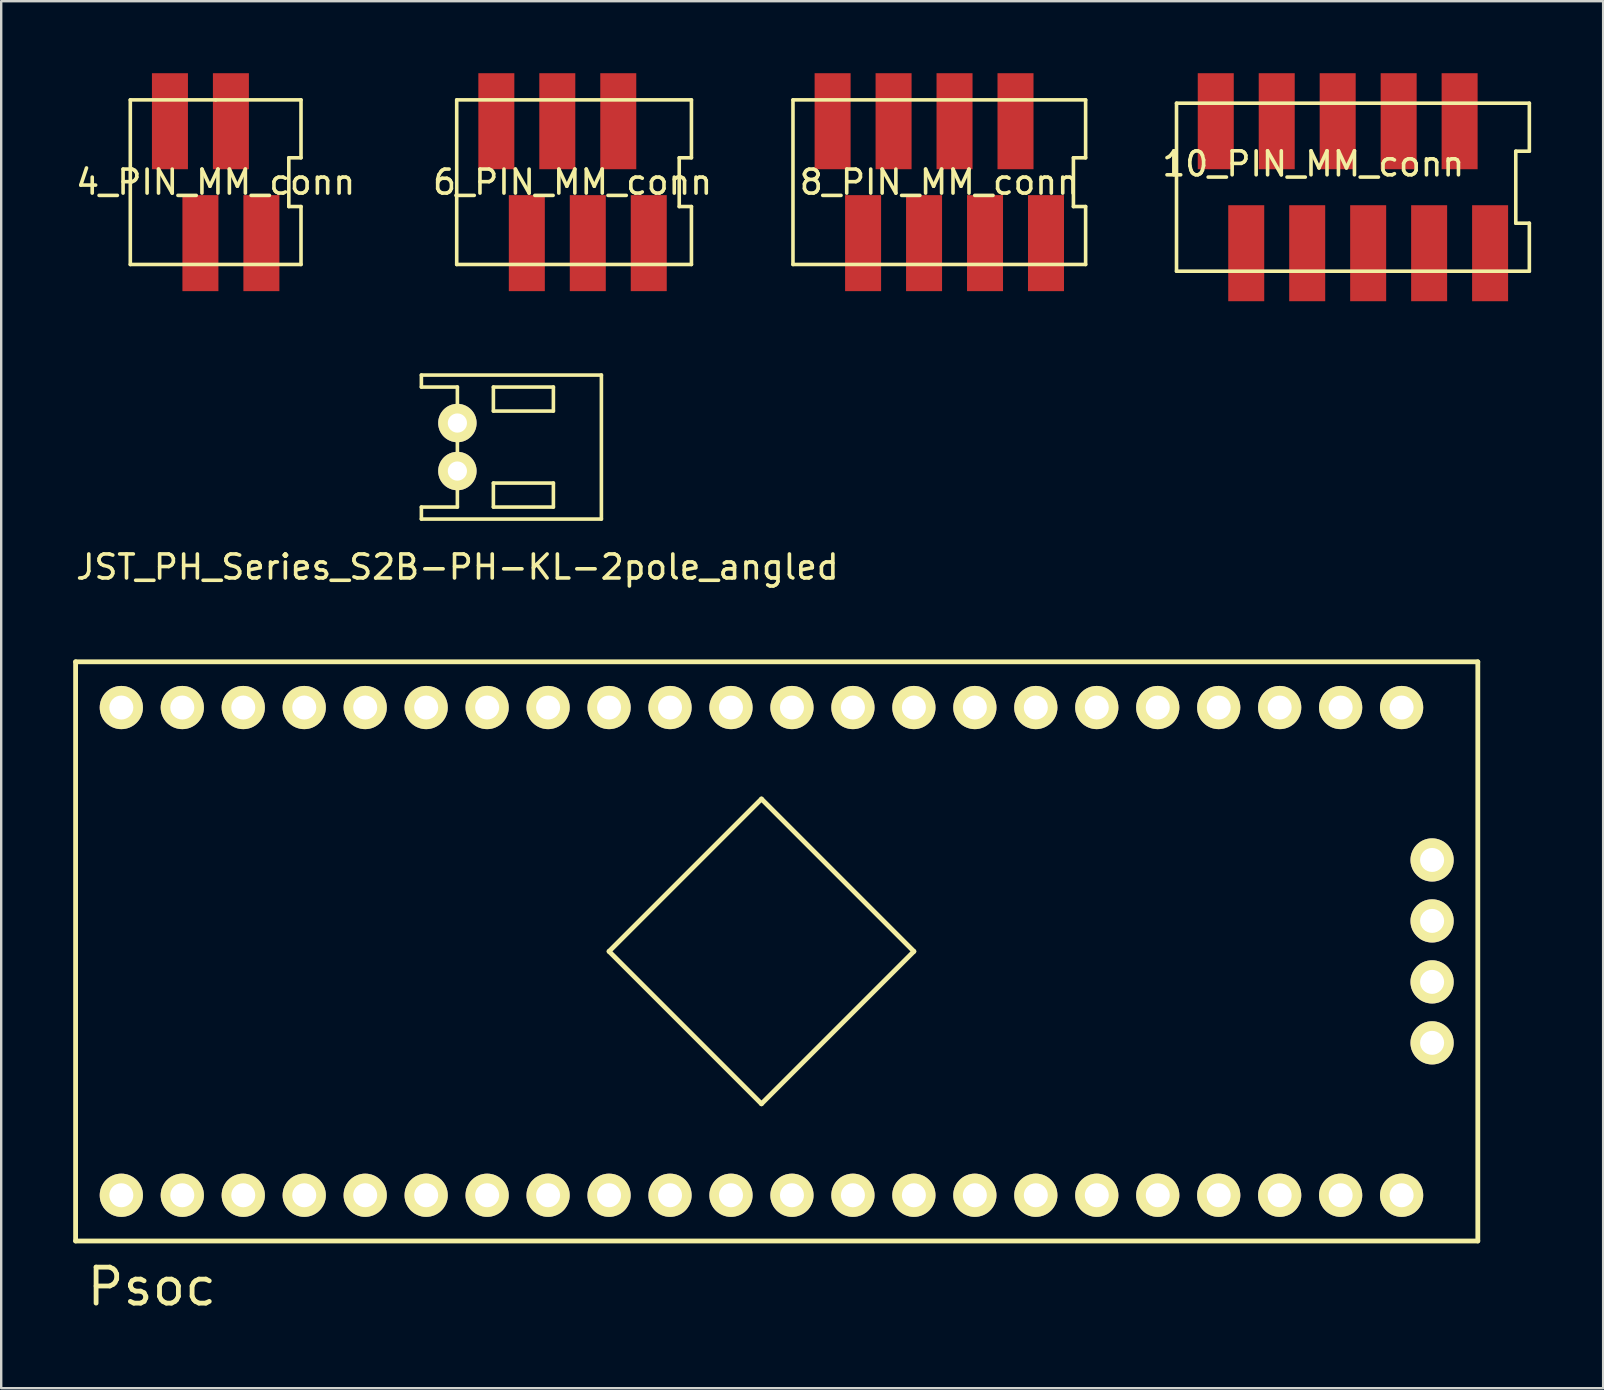
<source format=kicad_pcb>
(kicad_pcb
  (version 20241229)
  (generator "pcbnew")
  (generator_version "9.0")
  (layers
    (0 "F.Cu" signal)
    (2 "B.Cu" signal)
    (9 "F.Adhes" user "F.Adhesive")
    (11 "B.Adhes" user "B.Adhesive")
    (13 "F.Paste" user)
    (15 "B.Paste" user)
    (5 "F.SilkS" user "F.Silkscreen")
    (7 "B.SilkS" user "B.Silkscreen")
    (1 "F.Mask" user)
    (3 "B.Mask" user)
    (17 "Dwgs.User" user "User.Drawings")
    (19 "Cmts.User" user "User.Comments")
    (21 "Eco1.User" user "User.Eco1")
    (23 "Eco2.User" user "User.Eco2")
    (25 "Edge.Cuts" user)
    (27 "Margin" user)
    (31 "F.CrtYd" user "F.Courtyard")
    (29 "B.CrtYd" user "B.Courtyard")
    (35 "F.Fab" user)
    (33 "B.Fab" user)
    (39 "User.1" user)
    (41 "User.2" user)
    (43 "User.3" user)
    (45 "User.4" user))
  (footprint "8_PIN_MM_conn"
    (layer "F.Cu")
    (at 29.988 1.111)
    (property "Reference" "8_PIN_MM_conn" (at 6.096 3.429 0) (layer "F.SilkS") (effects (font (size 1 1) (thickness 0.15))))
    (attr through_hole)
    (fp_line (start 0 0) (end 0 6.858) (stroke (width 0.15) (type solid)) (layer "F.SilkS"))
    (fp_line (start 0 0) (end 12.192 0) (stroke (width 0.15) (type solid)) (layer "F.SilkS"))
    (fp_line (start 0 6.858) (end 12.192 6.858) (stroke (width 0.15) (type solid)) (layer "F.SilkS"))
    (fp_line (start 11.684 2.413) (end 12.192 2.413) (stroke (width 0.15) (type solid)) (layer "F.SilkS"))
    (fp_line (start 11.684 4.445) (end 11.684 2.413) (stroke (width 0.15) (type solid)) (layer "F.SilkS"))
    (fp_line (start 12.192 2.413) (end 12.192 0) (stroke (width 0.15) (type solid)) (layer "F.SilkS"))
    (fp_line (start 12.192 4.445) (end 11.684 4.445) (stroke (width 0.15) (type solid)) (layer "F.SilkS"))
    (fp_line (start 12.192 4.445) (end 12.192 6.858) (stroke (width 0.15) (type solid)) (layer "F.SilkS"))
    (pad "1" smd rect (at 1.651 0.889) (size 1.5 4) (layers "F.Cu" "F.Mask" "F.Paste"))
    (pad "2" smd rect (at 2.921 5.969) (size 1.5 4) (layers "F.Cu" "F.Mask" "F.Paste"))
    (pad "3" smd rect (at 4.191 0.889) (size 1.5 4) (layers "F.Cu" "F.Mask" "F.Paste"))
    (pad "4" smd rect (at 5.461 5.969) (size 1.5 4) (layers "F.Cu" "F.Mask" "F.Paste"))
    (pad "5" smd rect (at 6.731 0.889) (size 1.5 4) (layers "F.Cu" "F.Mask" "F.Paste"))
    (pad "6" smd rect (at 8.001 5.969) (size 1.5 4) (layers "F.Cu" "F.Mask" "F.Paste"))
    (pad "7" smd rect (at 9.271 0.889) (size 1.5 4) (layers "F.Cu" "F.Mask" "F.Paste"))
    (pad "8" smd rect (at 10.541 5.969) (size 1.5 4) (layers "F.Cu" "F.Mask" "F.Paste")))
  (footprint "JST_PH_Series_S2B-PH-KL-2pole_angled"
    (layer "F.Cu")
    (at 16.006 15.575)
    (property "Reference" "JST_PH_Series_S2B-PH-KL-2pole_angled" (at 0 5 0) (layer "F.SilkS") (effects (font (size 1 1) (thickness 0.15))))
    (attr through_hole)
    (fp_line (start -1.5 -3) (end -1.5 -2.5) (stroke (width 0.15) (type solid)) (layer "F.SilkS"))
    (fp_line (start -1.5 -2.5) (end 0 -2.5) (stroke (width 0.15) (type solid)) (layer "F.SilkS"))
    (fp_line (start -1.5 2.5) (end 0 2.5) (stroke (width 0.15) (type solid)) (layer "F.SilkS"))
    (fp_line (start -1.5 3) (end -1.5 2.5) (stroke (width 0.15) (type solid)) (layer "F.SilkS"))
    (fp_line (start 0 2.5) (end 0 -2.5) (stroke (width 0.15) (type solid)) (layer "F.SilkS"))
    (fp_line (start 1.5 -2.5) (end 4 -2.5) (stroke (width 0.15) (type solid)) (layer "F.SilkS"))
    (fp_line (start 1.5 -1.5) (end 1.5 -2.5) (stroke (width 0.15) (type solid)) (layer "F.SilkS"))
    (fp_line (start 1.5 1.5) (end 4 1.5) (stroke (width 0.15) (type solid)) (layer "F.SilkS"))
    (fp_line (start 1.5 2.5) (end 1.5 1.5) (stroke (width 0.15) (type solid)) (layer "F.SilkS"))
    (fp_line (start 4 -2.5) (end 4 -1.5) (stroke (width 0.15) (type solid)) (layer "F.SilkS"))
    (fp_line (start 4 -1.5) (end 1.5 -1.5) (stroke (width 0.15) (type solid)) (layer "F.SilkS"))
    (fp_line (start 4 1.5) (end 4 2.5) (stroke (width 0.15) (type solid)) (layer "F.SilkS"))
    (fp_line (start 4 2.5) (end 1.5 2.5) (stroke (width 0.15) (type solid)) (layer "F.SilkS"))
    (fp_line (start 6 -3) (end -1.5 -3) (stroke (width 0.15) (type solid)) (layer "F.SilkS"))
    (fp_line (start 6 3) (end -1.5 3) (stroke (width 0.15) (type solid)) (layer "F.SilkS"))
    (fp_line (start 6 3) (end 6 -3) (stroke (width 0.15) (type solid)) (layer "F.SilkS"))
    (pad "1" thru_hole circle (at 0 -1) (size 1.6 1.6) (drill 0.8) (layers "*.Cu" "*.Mask" "F.SilkS"))
    (pad "2" thru_hole circle (at 0 1) (size 1.6 1.6) (drill 0.8) (layers "*.Cu" "*.Mask" "F.SilkS")))
  (footprint "Psoc"
    (layer "F.Cu")
    (at 29.945 36.588)
    (property "Reference" "Psoc" (at -26.67 13.97 0) (layer "F.SilkS") (effects (font (size 1.5 1.5) (thickness 0.2))))
    (attr through_hole)
    (fp_line (start -29.845 -12.065) (end -29.845 12.065) (stroke (width 0.2) (type solid)) (layer "F.SilkS"))
    (fp_line (start -29.845 12.065) (end 28.575 12.065) (stroke (width 0.2) (type solid)) (layer "F.SilkS"))
    (fp_line (start -7.62 0) (end -1.27 -6.35) (stroke (width 0.2) (type solid)) (layer "F.SilkS"))
    (fp_line (start -1.27 -6.35) (end 5.08 0) (stroke (width 0.2) (type solid)) (layer "F.SilkS"))
    (fp_line (start -1.27 6.35) (end -7.62 0) (stroke (width 0.2) (type solid)) (layer "F.SilkS"))
    (fp_line (start 5.08 0) (end -1.27 6.35) (stroke (width 0.2) (type solid)) (layer "F.SilkS"))
    (fp_line (start 28.575 -12.065) (end -29.845 -12.065) (stroke (width 0.2) (type solid)) (layer "F.SilkS"))
    (fp_line (start 28.575 12.065) (end 28.575 -12.065) (stroke (width 0.2) (type solid)) (layer "F.SilkS"))
    (pad "1" thru_hole circle (at 25.4 -10.16) (size 1.8 1.8) (drill 1) (layers "*.Cu" "*.Mask" "F.SilkS"))
    (pad "2" thru_hole circle (at 22.86 -10.16) (size 1.8 1.8) (drill 1) (layers "*.Cu" "*.Mask" "F.SilkS"))
    (pad "3" thru_hole circle (at 20.32 -10.16) (size 1.8 1.8) (drill 1) (layers "*.Cu" "*.Mask" "F.SilkS"))
    (pad "4" thru_hole circle (at 17.78 -10.16) (size 1.8 1.8) (drill 1) (layers "*.Cu" "*.Mask" "F.SilkS"))
    (pad "5" thru_hole circle (at 15.24 -10.16) (size 1.8 1.8) (drill 1) (layers "*.Cu" "*.Mask" "F.SilkS"))
    (pad "6" thru_hole circle (at 12.7 -10.16) (size 1.8 1.8) (drill 1) (layers "*.Cu" "*.Mask" "F.SilkS"))
    (pad "7" thru_hole circle (at 10.16 -10.16) (size 1.8 1.8) (drill 1) (layers "*.Cu" "*.Mask" "F.SilkS"))
    (pad "8" thru_hole circle (at 7.62 -10.16) (size 1.8 1.8) (drill 1) (layers "*.Cu" "*.Mask" "F.SilkS"))
    (pad "9" thru_hole circle (at 5.08 -10.16) (size 1.8 1.8) (drill 1) (layers "*.Cu" "*.Mask" "F.SilkS"))
    (pad "10" thru_hole circle (at 2.54 -10.16) (size 1.8 1.8) (drill 1) (layers "*.Cu" "*.Mask" "F.SilkS"))
    (pad "11" thru_hole circle (at 0 -10.16) (size 1.8 1.8) (drill 1) (layers "*.Cu" "*.Mask" "F.SilkS"))
    (pad "12" thru_hole circle (at -2.54 -10.16) (size 1.8 1.8) (drill 1) (layers "*.Cu" "*.Mask" "F.SilkS"))
    (pad "13" thru_hole circle (at -5.08 -10.16) (size 1.8 1.8) (drill 1) (layers "*.Cu" "*.Mask" "F.SilkS"))
    (pad "14" thru_hole circle (at -7.62 -10.16) (size 1.8 1.8) (drill 1) (layers "*.Cu" "*.Mask" "F.SilkS"))
    (pad "15" thru_hole circle (at -10.16 -10.16) (size 1.8 1.8) (drill 1) (layers "*.Cu" "*.Mask" "F.SilkS"))
    (pad "16" thru_hole circle (at -12.7 -10.16) (size 1.8 1.8) (drill 1) (layers "*.Cu" "*.Mask" "F.SilkS"))
    (pad "17" thru_hole circle (at -15.24 -10.16) (size 1.8 1.8) (drill 1) (layers "*.Cu" "*.Mask" "F.SilkS"))
    (pad "18" thru_hole circle (at -17.78 -10.16) (size 1.8 1.8) (drill 1) (layers "*.Cu" "*.Mask" "F.SilkS"))
    (pad "19" thru_hole circle (at -20.32 -10.16) (size 1.8 1.8) (drill 1) (layers "*.Cu" "*.Mask" "F.SilkS"))
    (pad "20" thru_hole circle (at -22.86 -10.16) (size 1.8 1.8) (drill 1) (layers "*.Cu" "*.Mask" "F.SilkS"))
    (pad "21" thru_hole circle (at -25.4 -10.16) (size 1.8 1.8) (drill 1) (layers "*.Cu" "*.Mask" "F.SilkS"))
    (pad "22" thru_hole circle (at -27.94 -10.16) (size 1.8 1.8) (drill 1) (layers "*.Cu" "*.Mask" "F.SilkS"))
    (pad "23" thru_hole circle (at -27.94 10.16) (size 1.8 1.8) (drill 1) (layers "*.Cu" "*.Mask" "F.SilkS"))
    (pad "24" thru_hole circle (at -25.4 10.16) (size 1.8 1.8) (drill 1) (layers "*.Cu" "*.Mask" "F.SilkS"))
    (pad "25" thru_hole circle (at -22.86 10.16) (size 1.8 1.8) (drill 1) (layers "*.Cu" "*.Mask" "F.SilkS"))
    (pad "26" thru_hole circle (at -20.32 10.16) (size 1.8 1.8) (drill 1) (layers "*.Cu" "*.Mask" "F.SilkS"))
    (pad "27" thru_hole circle (at -17.78 10.16) (size 1.8 1.8) (drill 1) (layers "*.Cu" "*.Mask" "F.SilkS"))
    (pad "28" thru_hole circle (at -15.24 10.16) (size 1.8 1.8) (drill 1) (layers "*.Cu" "*.Mask" "F.SilkS"))
    (pad "29" thru_hole circle (at -12.7 10.16) (size 1.8 1.8) (drill 1) (layers "*.Cu" "*.Mask" "F.SilkS"))
    (pad "30" thru_hole circle (at -10.16 10.16) (size 1.8 1.8) (drill 1) (layers "*.Cu" "*.Mask" "F.SilkS"))
    (pad "31" thru_hole circle (at -7.62 10.16) (size 1.8 1.8) (drill 1) (layers "*.Cu" "*.Mask" "F.SilkS"))
    (pad "32" thru_hole circle (at -5.08 10.16) (size 1.8 1.8) (drill 1) (layers "*.Cu" "*.Mask" "F.SilkS"))
    (pad "33" thru_hole circle (at -2.54 10.16) (size 1.8 1.8) (drill 1) (layers "*.Cu" "*.Mask" "F.SilkS"))
    (pad "34" thru_hole circle (at 0 10.16) (size 1.8 1.8) (drill 1) (layers "*.Cu" "*.Mask" "F.SilkS"))
    (pad "35" thru_hole circle (at 2.54 10.16) (size 1.8 1.8) (drill 1) (layers "*.Cu" "*.Mask" "F.SilkS"))
    (pad "36" thru_hole circle (at 5.08 10.16) (size 1.8 1.8) (drill 1) (layers "*.Cu" "*.Mask" "F.SilkS"))
    (pad "37" thru_hole circle (at 7.62 10.16) (size 1.8 1.8) (drill 1) (layers "*.Cu" "*.Mask" "F.SilkS"))
    (pad "38" thru_hole circle (at 10.16 10.16) (size 1.8 1.8) (drill 1) (layers "*.Cu" "*.Mask" "F.SilkS"))
    (pad "39" thru_hole circle (at 12.7 10.16) (size 1.8 1.8) (drill 1) (layers "*.Cu" "*.Mask" "F.SilkS"))
    (pad "40" thru_hole circle (at 15.24 10.16) (size 1.8 1.8) (drill 1) (layers "*.Cu" "*.Mask" "F.SilkS"))
    (pad "41" thru_hole circle (at 17.78 10.16) (size 1.8 1.8) (drill 1) (layers "*.Cu" "*.Mask" "F.SilkS"))
    (pad "42" thru_hole circle (at 20.32 10.16) (size 1.8 1.8) (drill 1) (layers "*.Cu" "*.Mask" "F.SilkS"))
    (pad "43" thru_hole circle (at 22.86 10.16) (size 1.8 1.8) (drill 1) (layers "*.Cu" "*.Mask" "F.SilkS"))
    (pad "44" thru_hole circle (at 25.4 10.16) (size 1.8 1.8) (drill 1) (layers "*.Cu" "*.Mask" "F.SilkS"))
    (pad "45" thru_hole circle (at 26.67 3.81) (size 1.8 1.8) (drill 1) (layers "*.Cu" "*.Mask" "F.SilkS"))
    (pad "46" thru_hole circle (at 26.67 1.27) (size 1.8 1.8) (drill 1) (layers "*.Cu" "*.Mask" "F.SilkS"))
    (pad "47" thru_hole circle (at 26.67 -1.27) (size 1.8 1.8) (drill 1) (layers "*.Cu" "*.Mask" "F.SilkS"))
    (pad "48" thru_hole circle (at 26.67 -3.81) (size 1.8 1.8) (drill 1) (layers "*.Cu" "*.Mask" "F.SilkS")))
  (footprint "10_PIN_MM_conn"
    (layer "F.Cu")
    (at 45.951 1.238)
    (property "Reference" "10_PIN_MM_conn" (at 5.715 2.54 0) (layer "F.SilkS") (effects (font (size 1 1) (thickness 0.15))))
    (attr through_hole)
    (fp_line (start 0.016 0.012) (end 0.016 7.012) (stroke (width 0.15) (type solid)) (layer "F.SilkS"))
    (fp_line (start 0.016 0.012) (end 14.716 0.012) (stroke (width 0.15) (type solid)) (layer "F.SilkS"))
    (fp_line (start 0.016 7.012) (end 14.716 7.012) (stroke (width 0.15) (type solid)) (layer "F.SilkS"))
    (fp_line (start 14.151 2.012) (end 14.151 5.012) (stroke (width 0.15) (type solid)) (layer "F.SilkS"))
    (fp_line (start 14.716 0.012) (end 14.716 2.012) (stroke (width 0.15) (type solid)) (layer "F.SilkS"))
    (fp_line (start 14.716 2.012) (end 14.151 2.012) (stroke (width 0.15) (type solid)) (layer "F.SilkS"))
    (fp_line (start 14.716 5.012) (end 14.151 5.012) (stroke (width 0.15) (type solid)) (layer "F.SilkS"))
    (fp_line (start 14.716 7.012) (end 14.716 5.012) (stroke (width 0.15) (type solid)) (layer "F.SilkS"))
    (pad "1" smd rect (at 1.651 0.762) (size 1.5 4) (layers "F.Cu" "F.Mask" "F.Paste"))
    (pad "2" smd rect (at 2.921 6.262) (size 1.5 4) (layers "F.Cu" "F.Mask" "F.Paste"))
    (pad "3" smd rect (at 4.191 0.762) (size 1.5 4) (layers "F.Cu" "F.Mask" "F.Paste"))
    (pad "4" smd rect (at 5.461 6.262) (size 1.5 4) (layers "F.Cu" "F.Mask" "F.Paste"))
    (pad "5" smd rect (at 6.731 0.762) (size 1.5 4) (layers "F.Cu" "F.Mask" "F.Paste"))
    (pad "6" smd rect (at 8.001 6.262) (size 1.5 4) (layers "F.Cu" "F.Mask" "F.Paste"))
    (pad "7" smd rect (at 9.271 0.762) (size 1.5 4) (layers "F.Cu" "F.Mask" "F.Paste"))
    (pad "8" smd rect (at 10.541 6.262) (size 1.5 4) (layers "F.Cu" "F.Mask" "F.Paste"))
    (pad "9" smd rect (at 11.811 0.762) (size 1.5 4) (layers "F.Cu" "F.Mask" "F.Paste"))
    (pad "10" smd rect (at 13.081 6.262) (size 1.5 4) (layers "F.Cu" "F.Mask" "F.Paste")))
  (footprint "4_PIN_MM_conn"
    (layer "F.Cu")
    (at 5.935 4.54)
    (property "Reference" "4_PIN_MM_conn" (at 0 0 0) (layer "F.SilkS") (effects (font (size 1 1) (thickness 0.15))))
    (attr through_hole)
    (fp_line (start -3.556 -3.429) (end -3.556 3.429) (stroke (width 0.15) (type solid)) (layer "F.SilkS"))
    (fp_line (start -3.556 3.429) (end 3.556 3.429) (stroke (width 0.15) (type solid)) (layer "F.SilkS"))
    (fp_line (start 0 -3.429) (end -3.556 -3.429) (stroke (width 0.15) (type solid)) (layer "F.SilkS"))
    (fp_line (start 0 -3.429) (end 3.556 -3.429) (stroke (width 0.15) (type solid)) (layer "F.SilkS"))
    (fp_line (start 3.048 -1.016) (end 3.556 -1.016) (stroke (width 0.15) (type solid)) (layer "F.SilkS"))
    (fp_line (start 3.048 1.016) (end 3.048 -1.016) (stroke (width 0.15) (type solid)) (layer "F.SilkS"))
    (fp_line (start 3.556 -1.016) (end 3.556 -3.429) (stroke (width 0.15) (type solid)) (layer "F.SilkS"))
    (fp_line (start 3.556 1.016) (end 3.048 1.016) (stroke (width 0.15) (type solid)) (layer "F.SilkS"))
    (fp_line (start 3.556 1.016) (end 3.556 3.429) (stroke (width 0.15) (type solid)) (layer "F.SilkS"))
    (pad "1" smd rect (at -1.905 -2.54) (size 1.5 4) (layers "F.Cu" "F.Mask" "F.Paste"))
    (pad "2" smd rect (at -0.635 2.54) (size 1.5 4) (layers "F.Cu" "F.Mask" "F.Paste"))
    (pad "3" smd rect (at 0.635 -2.54) (size 1.5 4) (layers "F.Cu" "F.Mask" "F.Paste"))
    (pad "4" smd rect (at 1.905 2.54) (size 1.5 4) (layers "F.Cu" "F.Mask" "F.Paste")))
  (footprint "6_PIN_MM_conn"
    (layer "F.Cu")
    (at 15.978 1.111)
    (property "Reference" "6_PIN_MM_conn" (at 4.826 3.429 0) (layer "F.SilkS") (effects (font (size 1 1) (thickness 0.15))))
    (attr through_hole)
    (fp_line (start 0 0) (end 0 6.858) (stroke (width 0.15) (type solid)) (layer "F.SilkS"))
    (fp_line (start 0 0) (end 9.779 0) (stroke (width 0.15) (type solid)) (layer "F.SilkS"))
    (fp_line (start 9.271 2.413) (end 9.779 2.413) (stroke (width 0.15) (type solid)) (layer "F.SilkS"))
    (fp_line (start 9.271 4.445) (end 9.271 2.413) (stroke (width 0.15) (type solid)) (layer "F.SilkS"))
    (fp_line (start 9.779 2.413) (end 9.779 0) (stroke (width 0.15) (type solid)) (layer "F.SilkS"))
    (fp_line (start 9.779 4.445) (end 9.271 4.445) (stroke (width 0.15) (type solid)) (layer "F.SilkS"))
    (fp_line (start 9.779 4.445) (end 9.779 6.858) (stroke (width 0.15) (type solid)) (layer "F.SilkS"))
    (fp_line (start 9.779 6.858) (end 0 6.858) (stroke (width 0.15) (type solid)) (layer "F.SilkS"))
    (pad "1" smd rect (at 1.651 0.889) (size 1.5 4) (layers "F.Cu" "F.Mask" "F.Paste"))
    (pad "2" smd rect (at 2.921 5.969) (size 1.5 4) (layers "F.Cu" "F.Mask" "F.Paste"))
    (pad "3" smd rect (at 4.191 0.889) (size 1.5 4) (layers "F.Cu" "F.Mask" "F.Paste"))
    (pad "4" smd rect (at 5.461 5.969) (size 1.5 4) (layers "F.Cu" "F.Mask" "F.Paste"))
    (pad "5" smd rect (at 6.731 0.889) (size 1.5 4) (layers "F.Cu" "F.Mask" "F.Paste"))
    (pad "6" smd rect (at 8.001 5.969) (size 1.5 4) (layers "F.Cu" "F.Mask" "F.Paste")))
  (gr_rect
    (start -3 -3)
    (end 63.742 54.787)
    (stroke (width 0.1) (type default))
    (fill no)
    (layer "Edge.Cuts")))
</source>
